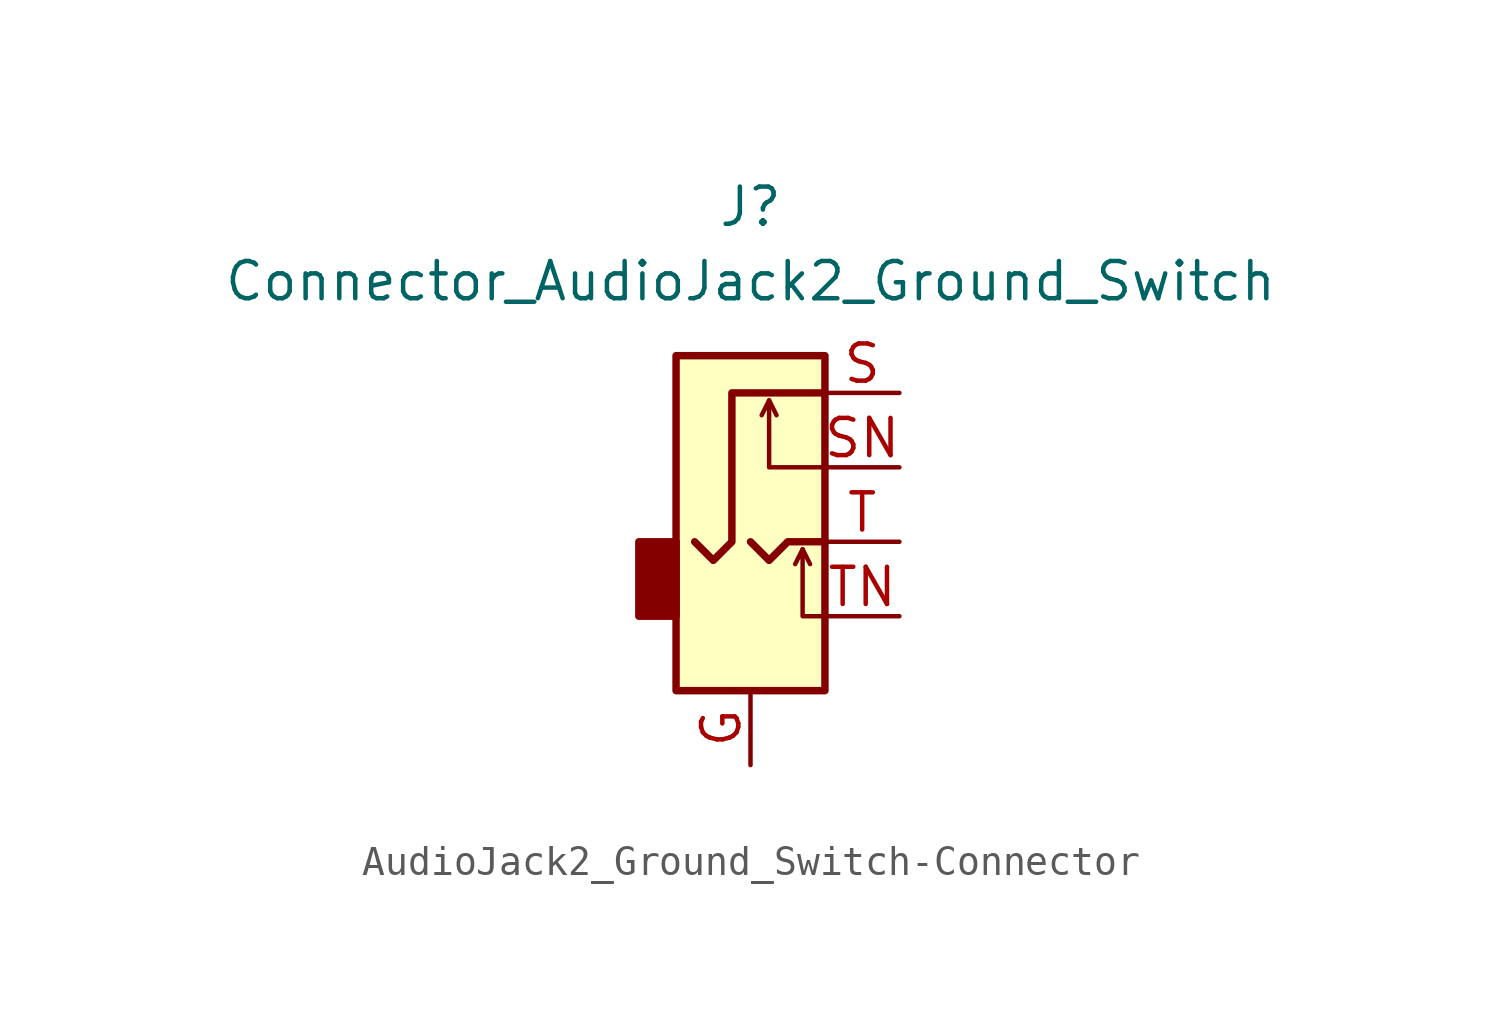
<source format=kicad_sym>
(kicad_symbol_lib
  (version 20220914)
  (generator kicad_symbol_editor)
  (symbol "AudioJack2_Ground_Switch-Connector"
    (property "Reference" "J"
      (at 0 11.43 0)
      (effects (font (size 1.27 1.27))))
    (property "Value" "Connector_AudioJack2_Ground_Switch"
      (at 0 8.89 0)
      (effects (font (size 1.27 1.27))))
    (symbol "AudioJack2_Ground_Switch-Connector_0_1"
      (rectangle (start -2.54 -2.54) (end -3.81 0) (stroke (width 0.254) (type solid)) (fill (type outline)))
      (rectangle (start 2.54 6.35) (end -2.54 -5.08) (stroke (width 0.254) (type solid)) (fill (type background))))
    (symbol "AudioJack2_Ground_Switch-Connector_1_1"
      (polyline (pts (xy 0.635 4.826) (xy 0.889 4.318)) (stroke (width 0) (type solid)) (fill (type none)))
      (polyline (pts (xy 1.778 -0.254) (xy 2.032 -0.762)) (stroke (width 0) (type solid)) (fill (type none)))
      (polyline (pts (xy 0 0) (xy 0.635 -0.635) (xy 1.27 0) (xy 2.54 0)) (stroke (width 0.254) (type solid)) (fill (type none)))
      (polyline (pts (xy 2.54 -2.54) (xy 1.778 -2.54) (xy 1.778 -0.254) (xy 1.524 -0.762)) (stroke (width 0) (type solid)) (fill (type none)))
      (polyline (pts (xy 2.54 2.54) (xy 0.635 2.54) (xy 0.635 4.826) (xy 0.381 4.318)) (stroke (width 0) (type solid)) (fill (type none)))
      (polyline (pts (xy 2.54 5.08) (xy -0.635 5.08) (xy -0.635 0) (xy -1.27 -0.635) (xy -1.905 0)) (stroke (width 0.254) (type solid)) (fill (type none)))
      (pin passive line (at 0 -7.62 90) (length 2.54) (name "~" (effects (font (size 1.27 1.27)))) (number "G" (effects (font (size 1.27 1.27)))))
      (pin passive line (at 5.08 5.08 180) (length 2.54) (name "~" (effects (font (size 1.27 1.27)))) (number "S" (effects (font (size 1.27 1.27)))))
      (pin passive line (at 5.08 2.54 180) (length 2.54) (name "~" (effects (font (size 1.27 1.27)))) (number "SN" (effects (font (size 1.27 1.27)))))
      (pin passive line (at 5.08 0 180) (length 2.54) (name "~" (effects (font (size 1.27 1.27)))) (number "T" (effects (font (size 1.27 1.27)))))
      (pin passive line (at 5.08 -2.54 180) (length 2.54) (name "~" (effects (font (size 1.27 1.27)))) (number "TN" (effects (font (size 1.27 1.27))))))))
</source>
